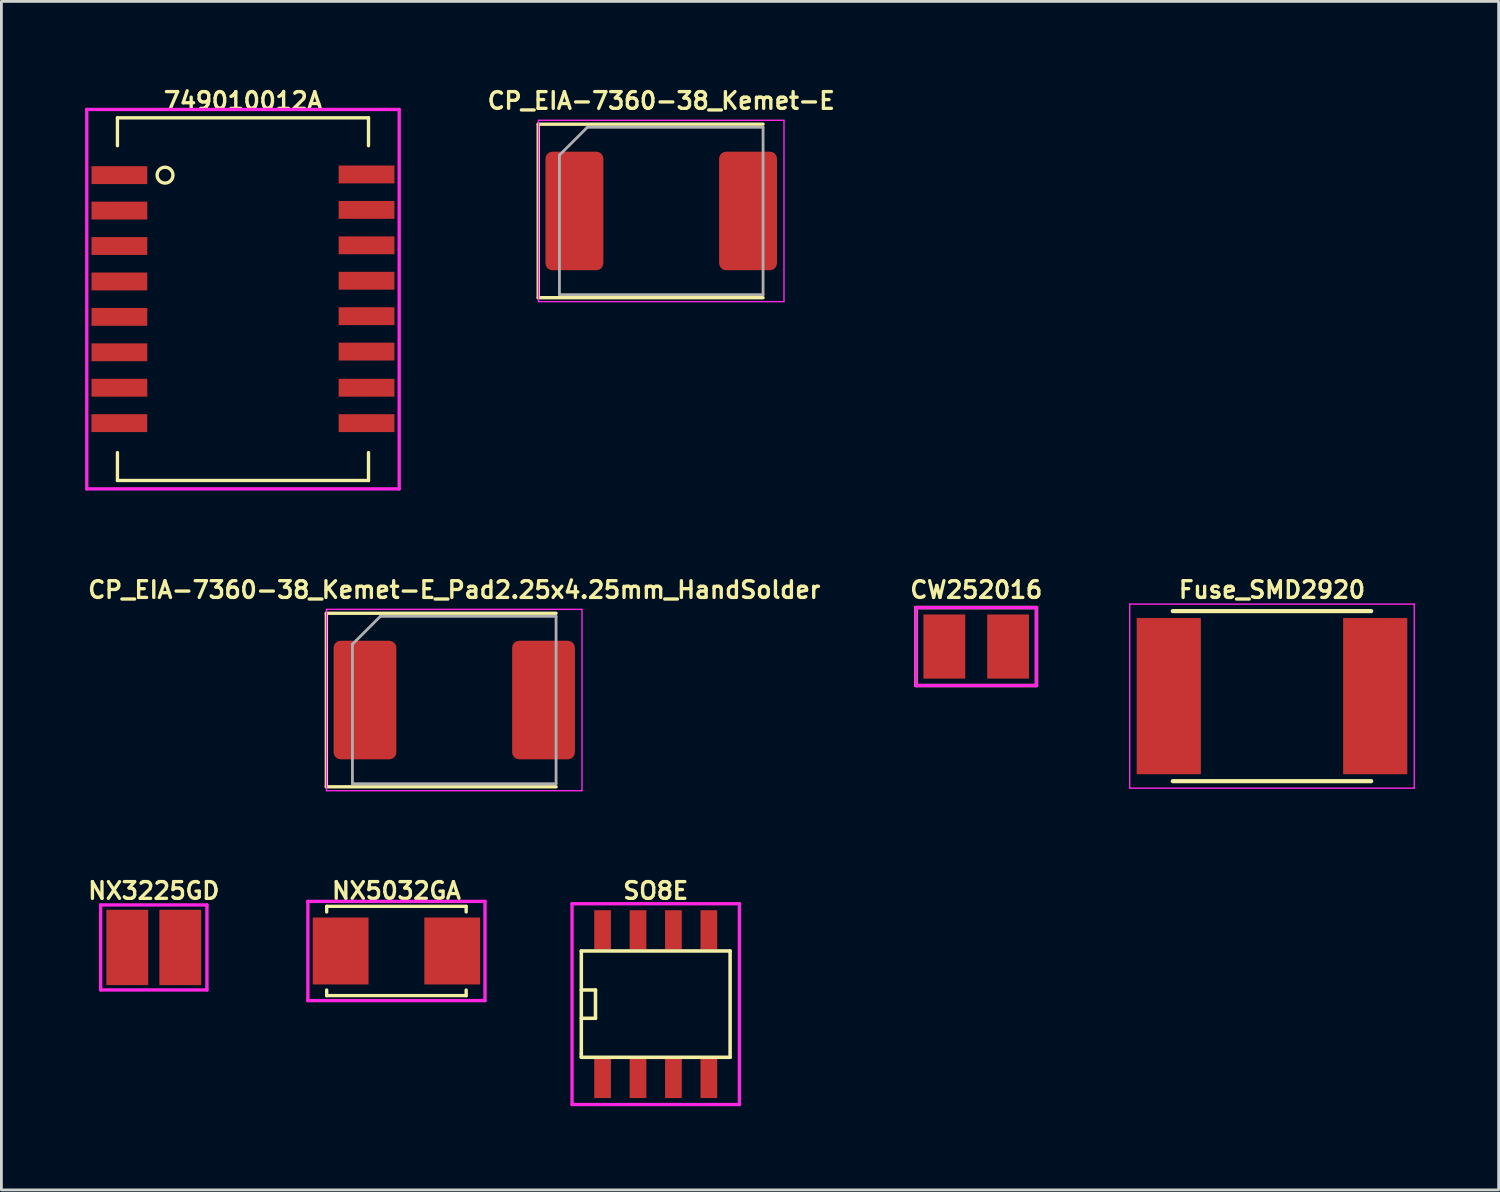
<source format=kicad_pcb>
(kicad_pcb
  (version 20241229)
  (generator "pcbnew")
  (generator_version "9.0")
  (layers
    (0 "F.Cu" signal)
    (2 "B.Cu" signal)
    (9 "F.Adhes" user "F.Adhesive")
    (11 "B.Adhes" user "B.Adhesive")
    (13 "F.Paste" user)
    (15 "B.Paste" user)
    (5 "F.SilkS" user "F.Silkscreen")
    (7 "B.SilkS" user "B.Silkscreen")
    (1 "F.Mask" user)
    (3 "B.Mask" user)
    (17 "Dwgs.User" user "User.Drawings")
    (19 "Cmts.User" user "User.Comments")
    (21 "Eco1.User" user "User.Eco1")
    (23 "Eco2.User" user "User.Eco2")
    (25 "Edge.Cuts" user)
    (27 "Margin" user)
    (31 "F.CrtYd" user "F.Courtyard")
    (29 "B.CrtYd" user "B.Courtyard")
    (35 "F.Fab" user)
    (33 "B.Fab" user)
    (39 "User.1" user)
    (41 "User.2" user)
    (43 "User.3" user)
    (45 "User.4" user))
  (footprint "SO8E"
    (layer "F.Cu")
    (at 20.456 32.946)
    (property "Reference" "SO8E" (at 0 -4.064 0) (layer "F.SilkS") (effects (font (size 0.6 0.6) (thickness 0.12))))
    (attr smd)
    (fp_line (start -2.667 -1.905) (end -2.667 1.778) (stroke (width 0.127) (type solid)) (layer "F.SilkS"))
    (fp_line (start -2.667 -0.508) (end -2.159 -0.508) (stroke (width 0.127) (type solid)) (layer "F.SilkS"))
    (fp_line (start -2.667 1.778) (end -2.667 1.905) (stroke (width 0.127) (type solid)) (layer "F.SilkS"))
    (fp_line (start -2.667 1.905) (end 2.667 1.905) (stroke (width 0.127) (type solid)) (layer "F.SilkS"))
    (fp_line (start -2.159 -0.508) (end -2.159 0.508) (stroke (width 0.127) (type solid)) (layer "F.SilkS"))
    (fp_line (start -2.159 0.508) (end -2.667 0.508) (stroke (width 0.127) (type solid)) (layer "F.SilkS"))
    (fp_line (start 2.667 -1.905) (end -2.667 -1.905) (stroke (width 0.127) (type solid)) (layer "F.SilkS"))
    (fp_line (start 2.667 -1.905) (end 2.667 1.905) (stroke (width 0.127) (type solid)) (layer "F.SilkS"))
    (fp_line (start -3 -3.6) (end 3 -3.6) (stroke (width 0.12) (type solid)) (layer "F.CrtYd"))
    (fp_line (start -3 3.6) (end -3 -3.6) (stroke (width 0.12) (type solid)) (layer "F.CrtYd"))
    (fp_line (start 3 -3.6) (end 3 3.6) (stroke (width 0.12) (type solid)) (layer "F.CrtYd"))
    (fp_line (start 3 3.6) (end -3 3.6) (stroke (width 0.12) (type solid)) (layer "F.CrtYd"))
    (pad "1" smd rect (at -1.905 2.667) (size 0.599 1.4) (layers "F.Cu" "F.Mask" "F.Paste"))
    (pad "2" smd rect (at -0.635 2.667) (size 0.599 1.4) (layers "F.Cu" "F.Mask" "F.Paste"))
    (pad "3" smd rect (at 0.635 2.667) (size 0.599 1.4) (layers "F.Cu" "F.Mask" "F.Paste"))
    (pad "4" smd rect (at 1.905 2.667) (size 0.599 1.4) (layers "F.Cu" "F.Mask" "F.Paste"))
    (pad "5" smd rect (at 1.905 -2.667) (size 0.599 1.4) (layers "F.Cu" "F.Mask" "F.Paste"))
    (pad "6" smd rect (at 0.635 -2.667) (size 0.599 1.4) (layers "F.Cu" "F.Mask" "F.Paste"))
    (pad "7" smd rect (at -0.635 -2.667) (size 0.599 1.4) (layers "F.Cu" "F.Mask" "F.Paste"))
    (pad "8" smd rect (at -1.905 -2.667) (size 0.599 1.4) (layers "F.Cu" "F.Mask" "F.Paste")))
  (footprint "Fuse_SMD2920"
    (layer "F.Cu")
    (at 42.548 21.905)
    (property "Reference" "Fuse_SMD2920" (at 0 -3.81 0) (layer "F.SilkS") (effects (font (size 0.6 0.6) (thickness 0.12))))
    (attr smd)
    (fp_line (start -3.556 -3.048) (end 3.556 -3.048) (stroke (width 0.15) (type solid)) (layer "F.SilkS"))
    (fp_line (start -3.556 3.048) (end 3.556 3.048) (stroke (width 0.15) (type solid)) (layer "F.SilkS"))
    (fp_line (start -5.1 -3.3) (end -5.1 3.3) (stroke (width 0.05) (type solid)) (layer "F.CrtYd"))
    (fp_line (start -5.1 -3.3) (end 5.1 -3.3) (stroke (width 0.05) (type solid)) (layer "F.CrtYd"))
    (fp_line (start -5.1 3.3) (end 5.1 3.3) (stroke (width 0.05) (type solid)) (layer "F.CrtYd"))
    (fp_line (start 5.1 -3.3) (end 5.1 3.3) (stroke (width 0.05) (type solid)) (layer "F.CrtYd"))
    (pad "1" smd rect (at -3.7 0 90) (size 5.6 2.3) (layers "F.Cu" "F.Mask" "F.Paste"))
    (pad "2" smd rect (at 3.7 0 90) (size 5.6 2.3) (layers "F.Cu" "F.Mask" "F.Paste")))
  (footprint "CW252016"
    (layer "F.Cu")
    (at 31.946 20.127)
    (property "Reference" "CW252016" (at 0 -2.032 0) (layer "F.SilkS") (effects (font (size 0.6 0.6) (thickness 0.12))))
    (attr through_hole)
    (fp_line (start -2.159 -1.397) (end 2.159 -1.397) (stroke (width 0.12) (type solid)) (layer "F.SilkS"))
    (fp_line (start -2.159 1.397) (end -2.159 -1.397) (stroke (width 0.12) (type solid)) (layer "F.SilkS"))
    (fp_line (start 2.159 -1.397) (end 2.159 1.397) (stroke (width 0.12) (type solid)) (layer "F.SilkS"))
    (fp_line (start 2.159 1.397) (end -2.159 1.397) (stroke (width 0.12) (type solid)) (layer "F.SilkS"))
    (fp_line (start -2.159 -1.397) (end 2.159 -1.397) (stroke (width 0.12) (type solid)) (layer "F.CrtYd"))
    (fp_line (start -2.159 1.397) (end -2.159 -1.397) (stroke (width 0.12) (type solid)) (layer "F.CrtYd"))
    (fp_line (start 2.159 -1.397) (end 2.159 1.397) (stroke (width 0.12) (type solid)) (layer "F.CrtYd"))
    (fp_line (start 2.159 1.397) (end -2.159 1.397) (stroke (width 0.12) (type solid)) (layer "F.CrtYd"))
    (pad "1" smd rect (at -1.143 0) (size 1.5 2.3) (layers "F.Cu" "F.Mask" "F.Paste"))
    (pad "2" smd rect (at 1.143 0) (size 1.5 2.3) (layers "F.Cu" "F.Mask" "F.Paste")))
  (footprint "NX3225GD"
    (layer "F.Cu")
    (at 2.463 30.914)
    (property "Reference" "NX3225GD" (at 0 -2.032 0) (layer "F.SilkS") (effects (font (size 0.6 0.6) (thickness 0.12))))
    (attr through_hole)
    (fp_line (start -1.905 -1.524) (end 1.905 -1.524) (stroke (width 0.12) (type solid)) (layer "F.CrtYd"))
    (fp_line (start -1.905 1.524) (end -1.905 -1.524) (stroke (width 0.12) (type solid)) (layer "F.CrtYd"))
    (fp_line (start 1.905 -1.524) (end 1.905 1.524) (stroke (width 0.12) (type solid)) (layer "F.CrtYd"))
    (fp_line (start 1.905 1.524) (end -1.905 1.524) (stroke (width 0.12) (type solid)) (layer "F.CrtYd"))
    (pad "1" smd rect (at -0.95 0) (size 1.5 2.7) (layers "F.Cu" "F.Mask" "F.Paste"))
    (pad "2" smd rect (at 0.95 0) (size 1.5 2.7) (layers "F.Cu" "F.Mask" "F.Paste")))
  (footprint "NX5032GA"
    (layer "F.Cu")
    (at 11.161 31.041)
    (property "Reference" "NX5032GA" (at 0 -2.159 0) (layer "F.SilkS") (effects (font (size 0.6 0.6) (thickness 0.12))))
    (attr through_hole)
    (fp_line (start -2.5 -1.6) (end -2.5 -1.4) (stroke (width 0.12) (type solid)) (layer "F.SilkS"))
    (fp_line (start -2.5 -1.6) (end 2.5 -1.6) (stroke (width 0.12) (type solid)) (layer "F.SilkS"))
    (fp_line (start -2.5 1.6) (end -2.5 1.4) (stroke (width 0.12) (type solid)) (layer "F.SilkS"))
    (fp_line (start -2.5 1.6) (end 2.5 1.6) (stroke (width 0.12) (type solid)) (layer "F.SilkS"))
    (fp_line (start 2.5 -1.6) (end 2.5 -1.4) (stroke (width 0.12) (type solid)) (layer "F.SilkS"))
    (fp_line (start 2.5 1.6) (end 2.5 1.4) (stroke (width 0.12) (type solid)) (layer "F.SilkS"))
    (fp_line (start -3.175 -1.778) (end 3.175 -1.778) (stroke (width 0.12) (type solid)) (layer "F.CrtYd"))
    (fp_line (start -3.175 1.778) (end -3.175 -1.778) (stroke (width 0.12) (type solid)) (layer "F.CrtYd"))
    (fp_line (start 3.175 -1.778) (end 3.175 1.778) (stroke (width 0.12) (type solid)) (layer "F.CrtYd"))
    (fp_line (start 3.175 1.778) (end -3.175 1.778) (stroke (width 0.12) (type solid)) (layer "F.CrtYd"))
    (pad "1" smd rect (at -2 0) (size 2 2.4) (layers "F.Cu" "F.Mask" "F.Paste"))
    (pad "2" smd rect (at 2 0) (size 2 2.4) (layers "F.Cu" "F.Mask" "F.Paste")))
  (footprint "CP_EIA-7360-38_Kemet-E_Pad2.25x4.25mm_HandSolder"
    (layer "F.Cu")
    (at 13.234 22.045)
    (property "Reference" "CP_EIA-7360-38_Kemet-E_Pad2.25x4.25mm_HandSolder" (at 0 -3.95 0) (layer "F.SilkS") (effects (font (size 0.6 0.6) (thickness 0.12))))
    (attr smd)
    (fp_line (start -4.585 -3.11) (end -4.585 3.11) (stroke (width 0.12) (type solid)) (layer "F.SilkS"))
    (fp_line (start -4.585 3.11) (end 3.65 3.11) (stroke (width 0.12) (type solid)) (layer "F.SilkS"))
    (fp_line (start 3.65 -3.11) (end -4.585 -3.11) (stroke (width 0.12) (type solid)) (layer "F.SilkS"))
    (fp_line (start -4.58 -3.25) (end 4.58 -3.25) (stroke (width 0.05) (type solid)) (layer "F.CrtYd"))
    (fp_line (start -4.58 3.25) (end -4.58 -3.25) (stroke (width 0.05) (type solid)) (layer "F.CrtYd"))
    (fp_line (start 4.58 -3.25) (end 4.58 3.25) (stroke (width 0.05) (type solid)) (layer "F.CrtYd"))
    (fp_line (start 4.58 3.25) (end -4.58 3.25) (stroke (width 0.05) (type solid)) (layer "F.CrtYd"))
    (fp_line (start -3.65 -2) (end -3.65 3) (stroke (width 0.1) (type solid)) (layer "F.Fab"))
    (fp_line (start -3.65 3) (end 3.65 3) (stroke (width 0.1) (type solid)) (layer "F.Fab"))
    (fp_line (start -2.65 -3) (end -3.65 -2) (stroke (width 0.1) (type solid)) (layer "F.Fab"))
    (fp_line (start 3.65 -3) (end -2.65 -3) (stroke (width 0.1) (type solid)) (layer "F.Fab"))
    (fp_line (start 3.65 3) (end 3.65 -3) (stroke (width 0.1) (type solid)) (layer "F.Fab"))
    (pad "1" smd roundrect (at -3.2 0) (size 2.25 4.25) (layers "F.Cu" "F.Mask" "F.Paste") (roundrect_rratio 0.111))
    (pad "2" smd roundrect (at 3.2 0) (size 2.25 4.25) (layers "F.Cu" "F.Mask" "F.Paste") (roundrect_rratio 0.111)))
  (footprint "749010012A"
    (layer "F.Cu")
    (at 5.66 7.674)
    (property "Reference" "749010012A" (at 0 -7.112 0) (layer "F.SilkS") (effects (font (size 0.6 0.6) (thickness 0.12))))
    (attr through_hole)
    (fp_line (start -4.5 -6.5) (end 4.5 -6.5) (stroke (width 0.12) (type solid)) (layer "F.SilkS"))
    (fp_line (start -4.5 -5.5) (end -4.5 -6.5) (stroke (width 0.12) (type solid)) (layer "F.SilkS"))
    (fp_line (start -4.5 5.5) (end -4.5 6.5) (stroke (width 0.12) (type solid)) (layer "F.SilkS"))
    (fp_line (start -4.5 6.5) (end 4.5 6.5) (stroke (width 0.12) (type solid)) (layer "F.SilkS"))
    (fp_line (start 4.5 -6.5) (end 4.5 -5.5) (stroke (width 0.12) (type solid)) (layer "F.SilkS"))
    (fp_line (start 4.5 6.5) (end 4.5 5.5) (stroke (width 0.12) (type solid)) (layer "F.SilkS"))
    (fp_circle (center -2.794 -4.445) (end -3.048 -4.572) (stroke (width 0.12) (type solid)) (fill no) (layer "F.SilkS"))
    (fp_line (start -5.6 -6.8) (end 5.6 -6.8) (stroke (width 0.12) (type solid)) (layer "F.CrtYd"))
    (fp_line (start -5.6 6.8) (end -5.6 -6.8) (stroke (width 0.12) (type solid)) (layer "F.CrtYd"))
    (fp_line (start 5.6 -6.8) (end 5.6 6.8) (stroke (width 0.12) (type solid)) (layer "F.CrtYd"))
    (fp_line (start 5.6 6.8) (end -5.6 6.8) (stroke (width 0.12) (type solid)) (layer "F.CrtYd"))
    (pad "1" smd rect (at -4.43 -4.445) (size 2 0.64) (layers "F.Cu" "F.Mask" "F.Paste"))
    (pad "2" smd rect (at -4.43 -3.175) (size 2 0.64) (layers "F.Cu" "F.Mask" "F.Paste"))
    (pad "3" smd rect (at -4.43 -1.905) (size 2 0.64) (layers "F.Cu" "F.Mask" "F.Paste"))
    (pad "4" smd rect (at -4.43 -0.635) (size 2 0.64) (layers "F.Cu" "F.Mask" "F.Paste"))
    (pad "5" smd rect (at -4.43 0.635) (size 2 0.64) (layers "F.Cu" "F.Mask" "F.Paste"))
    (pad "6" smd rect (at -4.43 1.905) (size 2 0.64) (layers "F.Cu" "F.Mask" "F.Paste"))
    (pad "7" smd rect (at -4.43 3.175) (size 2 0.64) (layers "F.Cu" "F.Mask" "F.Paste"))
    (pad "8" smd rect (at -4.432 4.445) (size 2 0.64) (layers "F.Cu" "F.Mask" "F.Paste"))
    (pad "9" smd rect (at 4.43 4.445) (size 2 0.64) (layers "F.Cu" "F.Mask" "F.Paste"))
    (pad "10" smd rect (at 4.43 3.175) (size 2 0.64) (layers "F.Cu" "F.Mask" "F.Paste"))
    (pad "11" smd rect (at 4.43 1.88) (size 2 0.64) (layers "F.Cu" "F.Mask" "F.Paste"))
    (pad "12" smd rect (at 4.43 0.61) (size 2 0.64) (layers "F.Cu" "F.Mask" "F.Paste"))
    (pad "13" smd rect (at 4.43 -0.66) (size 2 0.64) (layers "F.Cu" "F.Mask" "F.Paste"))
    (pad "14" smd rect (at 4.43 -1.93) (size 2 0.64) (layers "F.Cu" "F.Mask" "F.Paste"))
    (pad "15" smd rect (at 4.43 -3.2) (size 2 0.64) (layers "F.Cu" "F.Mask" "F.Paste"))
    (pad "16" smd rect (at 4.43 -4.47) (size 2 0.64) (layers "F.Cu" "F.Mask" "F.Paste")))
  (footprint "CP_EIA-7360-38_Kemet-E"
    (layer "F.Cu")
    (at 20.654 4.512)
    (property "Reference" "CP_EIA-7360-38_Kemet-E" (at 0 -3.95 0) (layer "F.SilkS") (effects (font (size 0.6 0.6) (thickness 0.12))))
    (attr smd)
    (fp_line (start -4.41 -3.11) (end -4.41 3.11) (stroke (width 0.12) (type solid)) (layer "F.SilkS"))
    (fp_line (start -4.41 3.11) (end 3.65 3.11) (stroke (width 0.12) (type solid)) (layer "F.SilkS"))
    (fp_line (start 3.65 -3.11) (end -4.41 -3.11) (stroke (width 0.12) (type solid)) (layer "F.SilkS"))
    (fp_line (start -4.4 -3.25) (end 4.4 -3.25) (stroke (width 0.05) (type solid)) (layer "F.CrtYd"))
    (fp_line (start -4.4 3.25) (end -4.4 -3.25) (stroke (width 0.05) (type solid)) (layer "F.CrtYd"))
    (fp_line (start 4.4 -3.25) (end 4.4 3.25) (stroke (width 0.05) (type solid)) (layer "F.CrtYd"))
    (fp_line (start 4.4 3.25) (end -4.4 3.25) (stroke (width 0.05) (type solid)) (layer "F.CrtYd"))
    (fp_line (start -3.65 -2) (end -3.65 3) (stroke (width 0.1) (type solid)) (layer "F.Fab"))
    (fp_line (start -3.65 3) (end 3.65 3) (stroke (width 0.1) (type solid)) (layer "F.Fab"))
    (fp_line (start -2.65 -3) (end -3.65 -2) (stroke (width 0.1) (type solid)) (layer "F.Fab"))
    (fp_line (start 3.65 -3) (end -2.65 -3) (stroke (width 0.1) (type solid)) (layer "F.Fab"))
    (fp_line (start 3.65 3) (end 3.65 -3) (stroke (width 0.1) (type solid)) (layer "F.Fab"))
    (pad "1" smd roundrect (at -3.112 0) (size 2.075 4.25) (layers "F.Cu" "F.Mask" "F.Paste") (roundrect_rratio 0.12))
    (pad "2" smd roundrect (at 3.112 0) (size 2.075 4.25) (layers "F.Cu" "F.Mask" "F.Paste") (roundrect_rratio 0.12)))
  (gr_rect
    (start -3 -3)
    (end 50.673 39.606)
    (stroke (width 0.1) (type default))
    (fill no)
    (layer "Edge.Cuts")))
</source>
